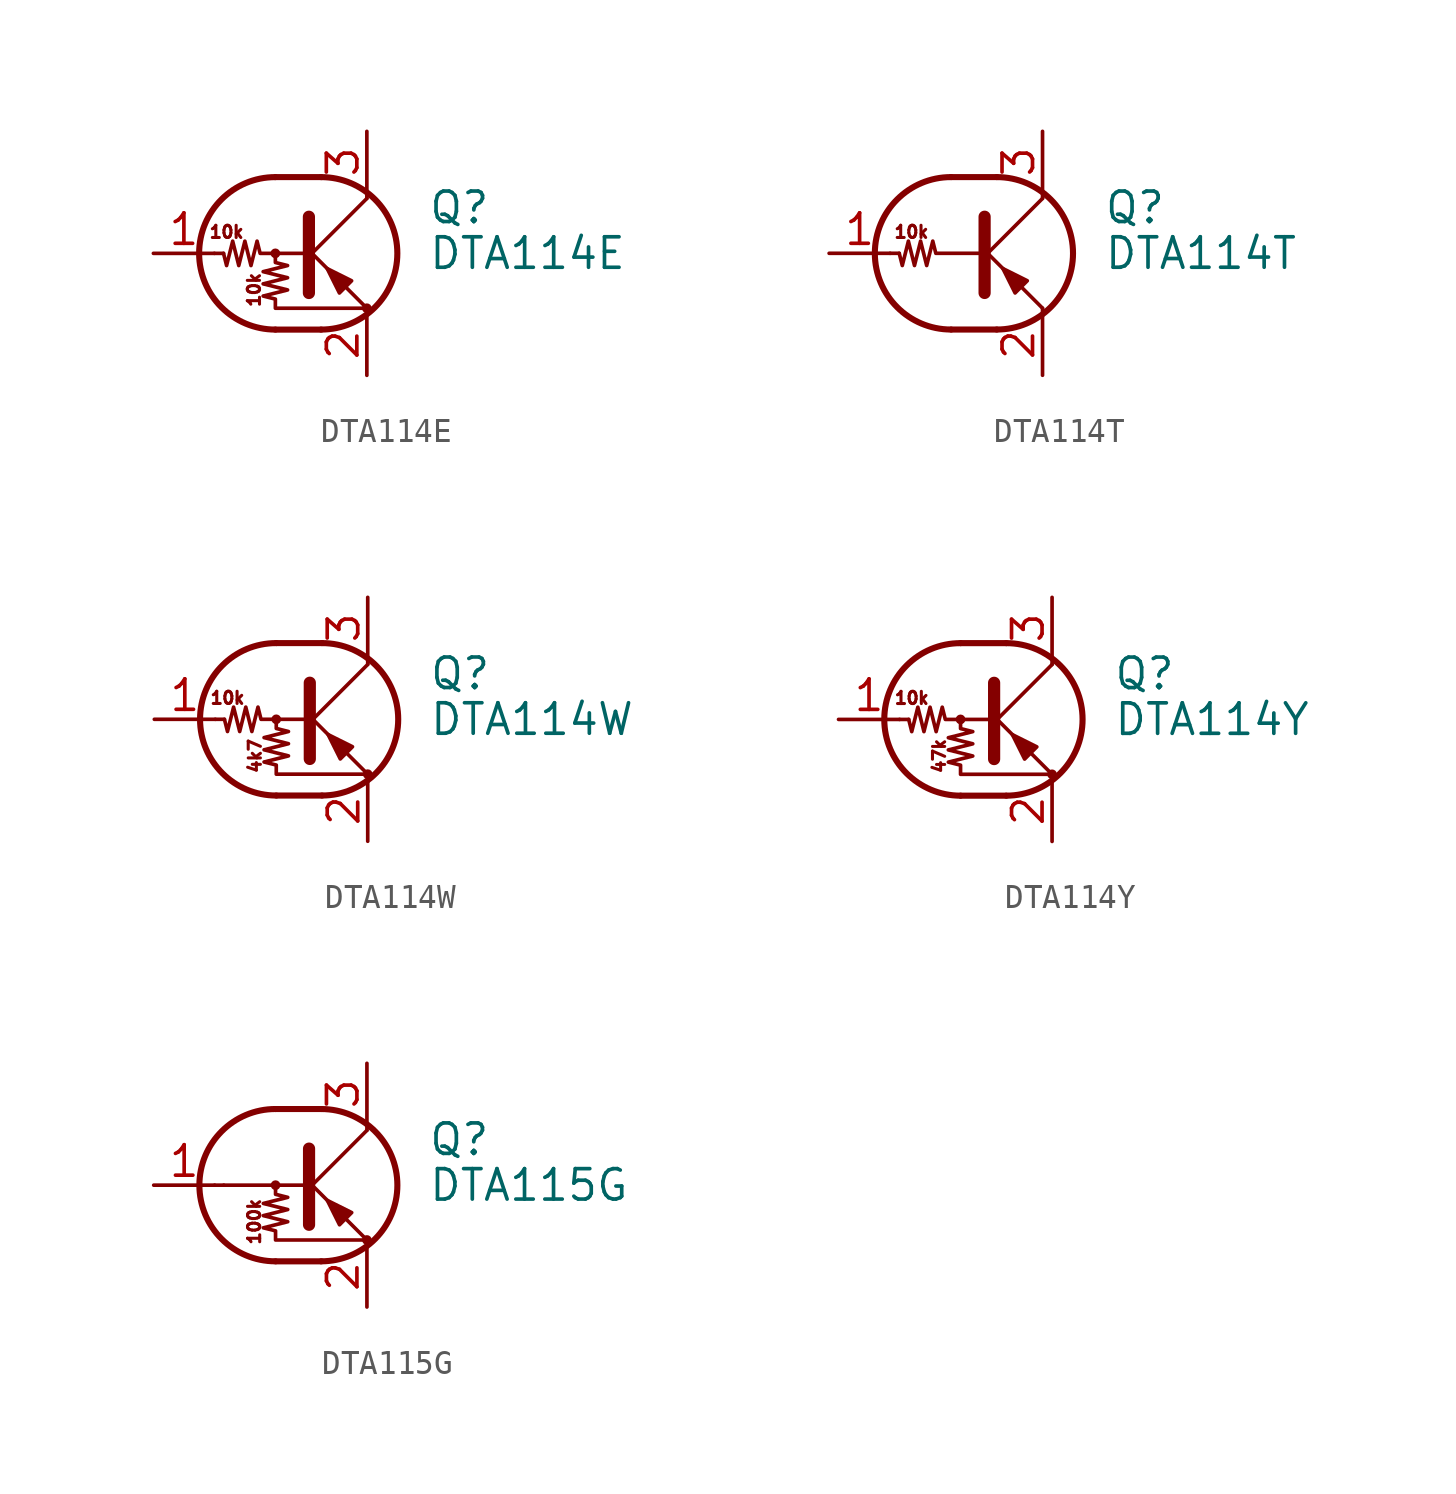
<source format=kicad_sym>
(kicad_symbol_lib
  (version 20200908)
  (generator kicad_symbol_editor)
  (symbol "Transistor_BJT:DTA114E"
    (pin_names
      (offset 0) hide)
    (property "Reference" "Q"
      (at 5.08 1.905 0)
      (effects (font (size 1.27 1.27)) (justify left)))
    (property "Value" "DTA114E"
      (at 5.08 0 0)
      (effects (font (size 1.27 1.27)) (justify left)))
    (symbol "DTA114E_0_1"
      (arc (start -1.27 3.175) (end -1.27 -3.175) (radius (at -1.27 0) (length 3.175) (angles 90.1 -90.1)) (stroke (width 0.254)) (fill (type none)))
      (arc (start 0.635 -3.175) (end 0.635 3.175) (radius (at 0.635 0) (length 3.175) (angles -89.9 89.9)) (stroke (width 0.254)) (fill (type none)))
      (circle (center -1.27 0) (radius 0.127) (stroke (width 0)) (fill (type none)))
      (circle (center 2.54 -2.286) (radius 0.127) (stroke (width 0)) (fill (type none)))
      (polyline (pts (xy -3.429 0) (xy -3.81 0)) (stroke (width 0)) (fill (type none)))
      (polyline (pts (xy -1.27 -3.175) (xy 0.635 -3.175)) (stroke (width 0.254)) (fill (type none)))
      (polyline (pts (xy -1.27 3.175) (xy 0.635 3.175)) (stroke (width 0.254)) (fill (type none)))
      (polyline (pts (xy 0 -0.254) (xy 2.54 2.286)) (stroke (width 0)) (fill (type none)))
      (polyline (pts (xy 0.127 1.524) (xy 0.127 -1.651)) (stroke (width 0.508)) (fill (type outline)))
      (polyline (pts (xy 2.54 2.286) (xy 2.54 2.54)) (stroke (width 0)) (fill (type none)))
      (polyline (pts (xy 2.54 -2.286) (xy 0 0.254) (xy 0 0.254)) (stroke (width 0)) (fill (type none)))
      (polyline (pts (xy 1.397 -1.651) (xy 1.905 -1.143) (xy 0.889 -0.635) (xy 1.397 -1.651)) (stroke (width 0)) (fill (type outline)))
      (polyline (pts (xy 0 0) (xy -1.905 0) (xy -2.032 0.508) (xy -2.286 -0.508) (xy -2.54 0.508) (xy -2.794 -0.508) (xy -3.048 0.508) (xy -3.302 -0.508) (xy -3.429 0)) (stroke (width 0)) (fill (type none)))
      (polyline (pts (xy -1.27 0) (xy -1.27 -0.381) (xy -0.762 -0.508) (xy -1.778 -0.762) (xy -0.762 -1.016) (xy -1.778 -1.27) (xy -0.762 -1.524) (xy -1.778 -1.778) (xy -1.27 -1.905) (xy -1.27 -2.286) (xy 2.54 -2.286)) (stroke (width 0)) (fill (type none))))
    (symbol "DTA114E_0_0"
      (text "10k" (at -3.302 0.889 0) (effects (font (size 0.508 0.508))))
      (text "10k" (at -2.159 -1.524 900) (effects (font (size 0.508 0.508)))))
    (symbol "DTA114E_1_1"
      (pin input line (at -6.35 0 0) (length 2.54) (name "B" (effects (font (size 1.27 1.27)))) (number "1" (effects (font (size 1.27 1.27)))))
      (pin passive line (at 2.54 -5.08 90) (length 2.54) (name "E" (effects (font (size 1.27 1.27)))) (number "2" (effects (font (size 1.27 1.27)))))
      (pin passive line (at 2.54 5.08 270) (length 2.54) (name "C" (effects (font (size 1.27 1.27)))) (number "3" (effects (font (size 1.27 1.27)))))))
  (symbol "Transistor_BJT:DTA114T"
    (pin_names
      (offset 0) hide)
    (property "Reference" "Q"
      (at 5.08 1.905 0)
      (effects (font (size 1.27 1.27)) (justify left)))
    (property "Value" "DTA114T"
      (at 5.08 0 0)
      (effects (font (size 1.27 1.27)) (justify left)))
    (symbol "DTA114T_0_1"
      (arc (start -1.27 3.175) (end -1.27 -3.175) (radius (at -1.27 0) (length 3.175) (angles 90.1 -90.1)) (stroke (width 0.254)) (fill (type none)))
      (arc (start 0.635 -3.175) (end 0.635 3.175) (radius (at 0.635 0) (length 3.175) (angles -89.9 89.9)) (stroke (width 0.254)) (fill (type none)))
      (polyline (pts (xy -3.429 0) (xy -3.81 0)) (stroke (width 0)) (fill (type none)))
      (polyline (pts (xy -1.27 -3.175) (xy 0.635 -3.175)) (stroke (width 0.254)) (fill (type none)))
      (polyline (pts (xy -1.27 3.175) (xy 0.635 3.175)) (stroke (width 0.254)) (fill (type none)))
      (polyline (pts (xy 0 -0.254) (xy 2.54 2.286)) (stroke (width 0)) (fill (type none)))
      (polyline (pts (xy 0.127 1.524) (xy 0.127 -1.651)) (stroke (width 0.508)) (fill (type outline)))
      (polyline (pts (xy 2.54 2.286) (xy 2.54 2.54)) (stroke (width 0)) (fill (type none)))
      (polyline (pts (xy 2.54 -2.286) (xy 0 0.254) (xy 0 0.254)) (stroke (width 0)) (fill (type none)))
      (polyline (pts (xy 1.397 -1.651) (xy 1.905 -1.143) (xy 0.889 -0.635) (xy 1.397 -1.651)) (stroke (width 0)) (fill (type outline)))
      (polyline (pts (xy 0 0) (xy -1.905 0) (xy -2.032 0.508) (xy -2.286 -0.508) (xy -2.54 0.508) (xy -2.794 -0.508) (xy -3.048 0.508) (xy -3.302 -0.508) (xy -3.429 0)) (stroke (width 0)) (fill (type none))))
    (symbol "DTA114T_0_0"
      (text "10k" (at -2.921 0.889 0) (effects (font (size 0.508 0.508))))
      (polyline (pts (xy 2.54 -2.286) (xy 2.54 -2.54)) (stroke (width 0)) (fill (type none))))
    (symbol "DTA114T_1_1"
      (pin input line (at -6.35 0 0) (length 2.54) (name "B" (effects (font (size 1.27 1.27)))) (number "1" (effects (font (size 1.27 1.27)))))
      (pin passive line (at 2.54 -5.08 90) (length 2.54) (name "E" (effects (font (size 1.27 1.27)))) (number "2" (effects (font (size 1.27 1.27)))))
      (pin passive line (at 2.54 5.08 270) (length 2.54) (name "C" (effects (font (size 1.27 1.27)))) (number "3" (effects (font (size 1.27 1.27)))))))
  (symbol "Transistor_BJT:DTA114W"
    (pin_names
      (offset 0) hide)
    (property "Reference" "Q"
      (at 5.08 1.905 0)
      (effects (font (size 1.27 1.27)) (justify left)))
    (property "Value" "DTA114W"
      (at 5.08 0 0)
      (effects (font (size 1.27 1.27)) (justify left)))
    (symbol "DTA114W_0_1"
      (arc (start -1.27 3.175) (end -1.27 -3.175) (radius (at -1.27 0) (length 3.175) (angles 90.1 -90.1)) (stroke (width 0.254)) (fill (type none)))
      (arc (start 0.635 -3.175) (end 0.635 3.175) (radius (at 0.635 0) (length 3.175) (angles -89.9 89.9)) (stroke (width 0.254)) (fill (type none)))
      (circle (center -1.27 0) (radius 0.127) (stroke (width 0)) (fill (type none)))
      (circle (center 2.54 -2.286) (radius 0.127) (stroke (width 0)) (fill (type none)))
      (polyline (pts (xy -3.429 0) (xy -3.81 0)) (stroke (width 0)) (fill (type none)))
      (polyline (pts (xy -1.27 -3.175) (xy 0.635 -3.175)) (stroke (width 0.254)) (fill (type none)))
      (polyline (pts (xy -1.27 3.175) (xy 0.635 3.175)) (stroke (width 0.254)) (fill (type none)))
      (polyline (pts (xy 0 -0.254) (xy 2.54 2.286)) (stroke (width 0)) (fill (type none)))
      (polyline (pts (xy 0.127 1.524) (xy 0.127 -1.651)) (stroke (width 0.508)) (fill (type outline)))
      (polyline (pts (xy 2.54 2.286) (xy 2.54 2.54)) (stroke (width 0)) (fill (type none)))
      (polyline (pts (xy 2.54 -2.286) (xy 0 0.254) (xy 0 0.254)) (stroke (width 0)) (fill (type none)))
      (polyline (pts (xy 1.397 -1.651) (xy 1.905 -1.143) (xy 0.889 -0.635) (xy 1.397 -1.651)) (stroke (width 0)) (fill (type outline)))
      (polyline (pts (xy 0 0) (xy -1.905 0) (xy -2.032 0.508) (xy -2.286 -0.508) (xy -2.54 0.508) (xy -2.794 -0.508) (xy -3.048 0.508) (xy -3.302 -0.508) (xy -3.429 0)) (stroke (width 0)) (fill (type none)))
      (polyline (pts (xy -1.27 0) (xy -1.27 -0.381) (xy -0.762 -0.508) (xy -1.778 -0.762) (xy -0.762 -1.016) (xy -1.778 -1.27) (xy -0.762 -1.524) (xy -1.778 -1.778) (xy -1.27 -1.905) (xy -1.27 -2.286) (xy 2.54 -2.286)) (stroke (width 0)) (fill (type none))))
    (symbol "DTA114W_0_0"
      (text "10k" (at -3.302 0.889 0) (effects (font (size 0.508 0.508))))
      (text "4k7" (at -2.159 -1.524 900) (effects (font (size 0.508 0.508)))))
    (symbol "DTA114W_1_1"
      (pin input line (at -6.35 0 0) (length 2.54) (name "B" (effects (font (size 1.27 1.27)))) (number "1" (effects (font (size 1.27 1.27)))))
      (pin passive line (at 2.54 -5.08 90) (length 2.54) (name "E" (effects (font (size 1.27 1.27)))) (number "2" (effects (font (size 1.27 1.27)))))
      (pin passive line (at 2.54 5.08 270) (length 2.54) (name "C" (effects (font (size 1.27 1.27)))) (number "3" (effects (font (size 1.27 1.27)))))))
  (symbol "Transistor_BJT:DTA114Y"
    (pin_names
      (offset 0) hide)
    (property "Reference" "Q"
      (at 5.08 1.905 0)
      (effects (font (size 1.27 1.27)) (justify left)))
    (property "Value" "DTA114Y"
      (at 5.08 0 0)
      (effects (font (size 1.27 1.27)) (justify left)))
    (symbol "DTA114Y_0_1"
      (arc (start -1.27 3.175) (end -1.27 -3.175) (radius (at -1.27 0) (length 3.175) (angles 90.1 -90.1)) (stroke (width 0.254)) (fill (type none)))
      (arc (start 0.635 -3.175) (end 0.635 3.175) (radius (at 0.635 0) (length 3.175) (angles -89.9 89.9)) (stroke (width 0.254)) (fill (type none)))
      (circle (center -1.27 0) (radius 0.127) (stroke (width 0)) (fill (type none)))
      (circle (center 2.54 -2.286) (radius 0.127) (stroke (width 0)) (fill (type none)))
      (polyline (pts (xy -3.429 0) (xy -3.81 0)) (stroke (width 0)) (fill (type none)))
      (polyline (pts (xy -1.27 -3.175) (xy 0.635 -3.175)) (stroke (width 0.254)) (fill (type none)))
      (polyline (pts (xy -1.27 3.175) (xy 0.635 3.175)) (stroke (width 0.254)) (fill (type none)))
      (polyline (pts (xy 0 -0.254) (xy 2.54 2.286)) (stroke (width 0)) (fill (type none)))
      (polyline (pts (xy 0.127 1.524) (xy 0.127 -1.651)) (stroke (width 0.508)) (fill (type outline)))
      (polyline (pts (xy 2.54 2.286) (xy 2.54 2.54)) (stroke (width 0)) (fill (type none)))
      (polyline (pts (xy 2.54 -2.286) (xy 0 0.254) (xy 0 0.254)) (stroke (width 0)) (fill (type none)))
      (polyline (pts (xy 1.397 -1.651) (xy 1.905 -1.143) (xy 0.889 -0.635) (xy 1.397 -1.651)) (stroke (width 0)) (fill (type outline)))
      (polyline (pts (xy 0 0) (xy -1.905 0) (xy -2.032 0.508) (xy -2.286 -0.508) (xy -2.54 0.508) (xy -2.794 -0.508) (xy -3.048 0.508) (xy -3.302 -0.508) (xy -3.429 0)) (stroke (width 0)) (fill (type none)))
      (polyline (pts (xy -1.27 0) (xy -1.27 -0.381) (xy -0.762 -0.508) (xy -1.778 -0.762) (xy -0.762 -1.016) (xy -1.778 -1.27) (xy -0.762 -1.524) (xy -1.778 -1.778) (xy -1.27 -1.905) (xy -1.27 -2.286) (xy 2.54 -2.286)) (stroke (width 0)) (fill (type none))))
    (symbol "DTA114Y_0_0"
      (text "10k" (at -3.302 0.889 0) (effects (font (size 0.508 0.508))))
      (text "47k" (at -2.159 -1.524 900) (effects (font (size 0.508 0.508)))))
    (symbol "DTA114Y_1_1"
      (pin input line (at -6.35 0 0) (length 2.54) (name "B" (effects (font (size 1.27 1.27)))) (number "1" (effects (font (size 1.27 1.27)))))
      (pin passive line (at 2.54 -5.08 90) (length 2.54) (name "E" (effects (font (size 1.27 1.27)))) (number "2" (effects (font (size 1.27 1.27)))))
      (pin passive line (at 2.54 5.08 270) (length 2.54) (name "C" (effects (font (size 1.27 1.27)))) (number "3" (effects (font (size 1.27 1.27)))))))
  (symbol "Transistor_BJT:DTA115G"
    (pin_names
      (offset 0) hide)
    (property "Reference" "Q"
      (at 5.08 1.905 0)
      (effects (font (size 1.27 1.27)) (justify left)))
    (property "Value" "DTA115G"
      (at 5.08 0 0)
      (effects (font (size 1.27 1.27)) (justify left)))
    (symbol "DTA115G_0_1"
      (arc (start -1.27 3.175) (end -1.27 -3.175) (radius (at -1.27 0) (length 3.175) (angles 90.1 -90.1)) (stroke (width 0.254)) (fill (type none)))
      (arc (start 0.635 -3.175) (end 0.635 3.175) (radius (at 0.635 0) (length 3.175) (angles -89.9 89.9)) (stroke (width 0.254)) (fill (type none)))
      (circle (center -1.27 0) (radius 0.127) (stroke (width 0)) (fill (type none)))
      (circle (center 2.54 -2.286) (radius 0.127) (stroke (width 0)) (fill (type none)))
      (polyline (pts (xy -3.429 0) (xy -3.81 0)) (stroke (width 0)) (fill (type none)))
      (polyline (pts (xy -1.27 -3.175) (xy 0.635 -3.175)) (stroke (width 0.254)) (fill (type none)))
      (polyline (pts (xy -1.27 3.175) (xy 0.635 3.175)) (stroke (width 0.254)) (fill (type none)))
      (polyline (pts (xy 0 -0.254) (xy 2.54 2.286)) (stroke (width 0)) (fill (type none)))
      (polyline (pts (xy 0.127 1.524) (xy 0.127 -1.651)) (stroke (width 0.508)) (fill (type outline)))
      (polyline (pts (xy 2.54 2.286) (xy 2.54 2.54)) (stroke (width 0)) (fill (type none)))
      (polyline (pts (xy 2.54 -2.286) (xy 0 0.254) (xy 0 0.254)) (stroke (width 0)) (fill (type none)))
      (polyline (pts (xy 1.397 -1.651) (xy 1.905 -1.143) (xy 0.889 -0.635) (xy 1.397 -1.651)) (stroke (width 0)) (fill (type outline)))
      (polyline (pts (xy -1.27 0) (xy -1.27 -0.381) (xy -0.762 -0.508) (xy -1.778 -0.762) (xy -0.762 -1.016) (xy -1.778 -1.27) (xy -0.762 -1.524) (xy -1.778 -1.778) (xy -1.27 -1.905) (xy -1.27 -2.286) (xy 2.54 -2.286)) (stroke (width 0)) (fill (type none))))
    (symbol "DTA115G_0_0"
      (text "100k" (at -2.159 -1.524 900) (effects (font (size 0.508 0.508))))
      (polyline (pts (xy -3.429 0) (xy 0 0)) (stroke (width 0)) (fill (type none))))
    (symbol "DTA115G_1_1"
      (pin input line (at -6.35 0 0) (length 2.54) (name "B" (effects (font (size 1.27 1.27)))) (number "1" (effects (font (size 1.27 1.27)))))
      (pin passive line (at 2.54 -5.08 90) (length 2.54) (name "E" (effects (font (size 1.27 1.27)))) (number "2" (effects (font (size 1.27 1.27)))))
      (pin passive line (at 2.54 5.08 270) (length 2.54) (name "C" (effects (font (size 1.27 1.27)))) (number "3" (effects (font (size 1.27 1.27))))))))
</source>
